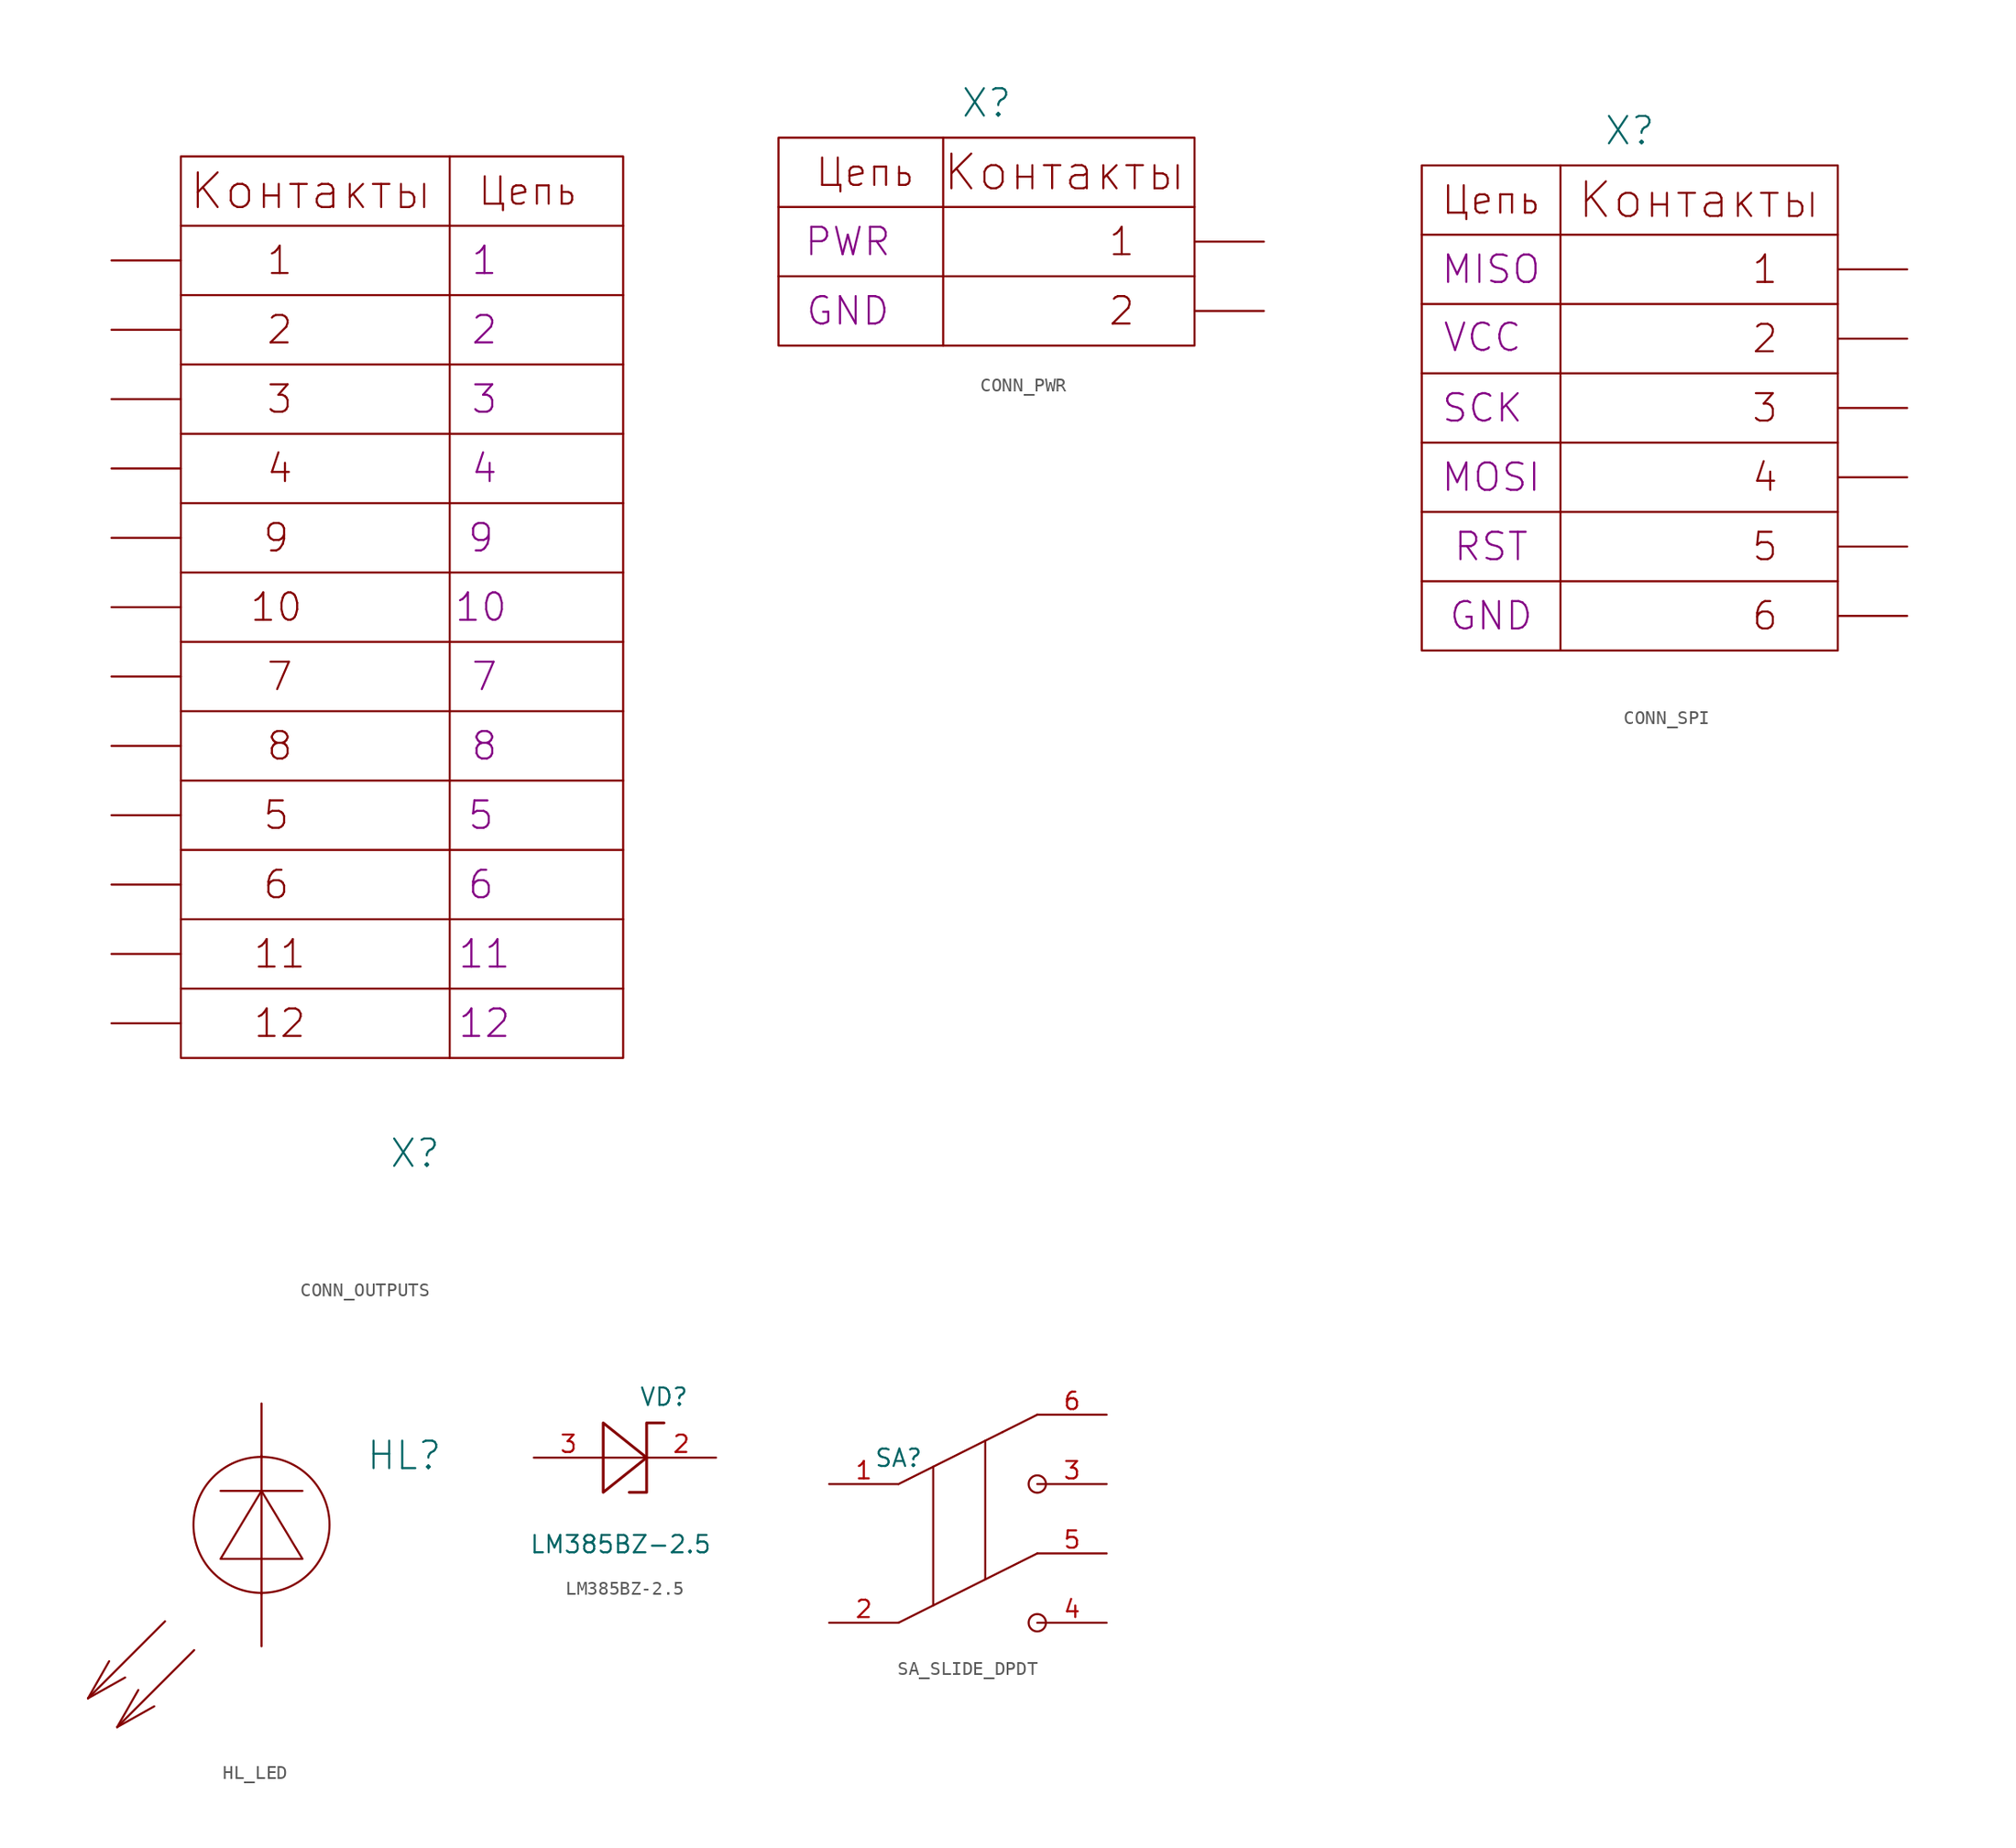
<source format=kicad_sym>
(kicad_symbol_lib
  (version 20231120)
  (generator "kicad_symbol_editor")
  (generator_version "8.0")
  (symbol "CONN_OUTPUTS"
    (pin_numbers hide)
    (pin_names
      (offset 0) hide)
    (property "Reference" "X"
      (at 0 -37.465 0)
      (effects (font (size 2.007 2.007))))
    (property "PIN1" "1"
      (at 5.08 27.94 0)
      (effects (font (size 2.007 2.007))))
    (property "PIN2" "2"
      (at 5.08 22.86 0)
      (effects (font (size 2.007 2.007))))
    (property "PIN3" "3"
      (at 5.08 17.78 0)
      (effects (font (size 2.007 2.007))))
    (property "PIN4" "4"
      (at 5.08 12.7 0)
      (effects (font (size 2.007 2.007))))
    (property "PIN5" "5"
      (at 4.826 -12.7 0)
      (effects (font (size 2.007 2.007))))
    (property "PIN6" "6"
      (at 4.826 -17.78 0)
      (effects (font (size 2.007 2.007))))
    (property "PIN7" "7"
      (at 5.08 -2.54 0)
      (effects (font (size 2.007 2.007))))
    (property "PIN8" "8"
      (at 5.08 -7.62 0)
      (effects (font (size 2.007 2.007))))
    (property "PIN9" "9"
      (at 4.826 7.62 0)
      (effects (font (size 2.007 2.007))))
    (property "PIN10" "10"
      (at 4.826 2.54 0)
      (effects (font (size 2.007 2.007))))
    (property "PIN11" "11"
      (at 5.08 -22.86 0)
      (effects (font (size 2.007 2.007))))
    (property "PIN12" "12"
      (at 5.08 -27.94 0)
      (effects (font (size 2.007 2.007))))
    (symbol "CONN_OUTPUTS_0_0"
      (rectangle (start -17.145 -30.48) (end 15.24 35.56) (stroke (width 0) (type solid)) (fill (type none)))
      (polyline (pts (xy 2.54 35.56) (xy 2.54 -30.48)) (stroke (width 0) (type solid)) (fill (type none)))
      (polyline (pts (xy 15.24 -25.4) (xy -17.145 -25.4)) (stroke (width 0) (type solid)) (fill (type none)))
      (polyline (pts (xy 15.24 -15.24) (xy -17.145 -15.24)) (stroke (width 0) (type solid)) (fill (type none)))
      (polyline (pts (xy 15.24 -10.16) (xy -17.145 -10.16)) (stroke (width 0) (type solid)) (fill (type none)))
      (polyline (pts (xy 15.24 -5.08) (xy -17.145 -5.08)) (stroke (width 0) (type solid)) (fill (type none)))
      (polyline (pts (xy 15.24 0) (xy -17.145 0)) (stroke (width 0) (type solid)) (fill (type none)))
      (polyline (pts (xy 15.24 5.08) (xy -17.145 5.08)) (stroke (width 0) (type solid)) (fill (type none)))
      (polyline (pts (xy 15.24 15.24) (xy -17.145 15.24)) (stroke (width 0) (type solid)) (fill (type none)))
      (polyline (pts (xy 15.24 20.32) (xy -17.145 20.32)) (stroke (width 0) (type solid)) (fill (type none)))
      (polyline (pts (xy 15.24 25.4) (xy -17.145 25.4)) (stroke (width 0) (type solid)) (fill (type none)))
      (polyline (pts (xy 15.24 30.48) (xy -17.145 30.48)) (stroke (width 0) (type solid)) (fill (type none))))
    (symbol "CONN_OUTPUTS_1_0"
      (polyline (pts (xy 15.24 -20.32) (xy -17.145 -20.32)) (stroke (width 0) (type solid)) (fill (type none)))
      (polyline (pts (xy 15.24 10.16) (xy -17.145 10.16)) (stroke (width 0) (type solid)) (fill (type none))))
    (symbol "CONN_OUTPUTS_1_1"
      (text "1" (at -9.906 27.94 0) (effects (font (size 2.007 2.007))))
      (text "10" (at -10.16 2.54 0) (effects (font (size 2.007 2.007))))
      (text "11" (at -9.906 -22.86 0) (effects (font (size 2.007 2.007))))
      (text "12" (at -9.906 -27.94 0) (effects (font (size 2.007 2.007))))
      (text "2" (at -9.906 22.86 0) (effects (font (size 2.007 2.007))))
      (text "3" (at -9.906 17.78 0) (effects (font (size 2.007 2.007))))
      (text "4" (at -9.906 12.7 0) (effects (font (size 2.007 2.007))))
      (text "5" (at -10.16 -12.7 0) (effects (font (size 2.007 2.007))))
      (text "6" (at -10.16 -17.78 0) (effects (font (size 2.007 2.007))))
      (text "7" (at -9.906 -2.54 0) (effects (font (size 2.007 2.007))))
      (text "8" (at -9.906 -7.62 0) (effects (font (size 2.007 2.007))))
      (text "9" (at -10.16 7.62 0) (effects (font (size 2.007 2.007))))
      (text "Контакты" (at -7.62 33.02 0) (effects (font (size 2.54 2.54))))
      (text "Цепь" (at 8.255 33.02 0) (effects (font (size 2.007 2.007))))
      (pin passive line (at -22.225 27.94 0) (length 5.08) (name "1" (effects (font (size 2.007 2.007)))) (number "1" (effects (font (size 2.007 2.007)))))
      (pin passive line (at -22.225 -17.78 0) (length 5.08) (name "10" (effects (font (size 2.007 2.007)))) (number "10" (effects (font (size 2.007 2.007)))))
      (pin passive line (at -22.225 -22.86 0) (length 5.08) (name "11" (effects (font (size 2.007 2.007)))) (number "11" (effects (font (size 2.007 2.007)))))
      (pin passive line (at -22.225 -27.94 0) (length 5.08) (name "12" (effects (font (size 2.007 2.007)))) (number "12" (effects (font (size 2.007 2.007)))))
      (pin passive line (at -22.225 22.86 0) (length 5.08) (name "2" (effects (font (size 2.007 2.007)))) (number "2" (effects (font (size 2.007 2.007)))))
      (pin passive line (at -22.225 17.78 0) (length 5.08) (name "3" (effects (font (size 2.007 2.007)))) (number "3" (effects (font (size 2.007 2.007)))))
      (pin passive line (at -22.225 12.7 0) (length 5.08) (name "4" (effects (font (size 2.007 2.007)))) (number "4" (effects (font (size 2.007 2.007)))))
      (pin passive line (at -22.225 7.62 0) (length 5.08) (name "5" (effects (font (size 2.007 2.007)))) (number "5" (effects (font (size 2.007 2.007)))))
      (pin passive line (at -22.225 2.54 0) (length 5.08) (name "6" (effects (font (size 2.007 2.007)))) (number "6" (effects (font (size 2.007 2.007)))))
      (pin passive line (at -22.225 -2.54 0) (length 5.08) (name "7" (effects (font (size 2.007 2.007)))) (number "7" (effects (font (size 2.007 2.007)))))
      (pin passive line (at -22.225 -7.62 0) (length 5.08) (name "8" (effects (font (size 2.007 2.007)))) (number "8" (effects (font (size 2.007 2.007)))))
      (pin passive line (at -22.225 -12.7 0) (length 5.08) (name "9" (effects (font (size 2.007 2.007)))) (number "9" (effects (font (size 2.007 2.007)))))))
  (symbol "CONN_PWR"
    (pin_numbers hide)
    (pin_names
      (offset 0) hide)
    (property "Reference" "X"
      (at 0 10.16 0)
      (effects (font (size 2.007 2.007))))
    (property "PIN1" "PWR"
      (at -10.16 0 0)
      (effects (font (size 2.007 2.007))))
    (property "PIN2" "GND"
      (at -10.16 -5.08 0)
      (effects (font (size 2.007 2.007))))
    (symbol "CONN_PWR_0_0"
      (polyline (pts (xy -15.24 -2.54) (xy 15.24 -2.54)) (stroke (width 0) (type solid)) (fill (type none)))
      (polyline (pts (xy -15.24 2.54) (xy 15.24 2.54)) (stroke (width 0) (type solid)) (fill (type none)))
      (polyline (pts (xy -3.175 7.62) (xy -3.175 -7.62)) (stroke (width 0) (type solid)) (fill (type none)))
      (rectangle (start 15.24 7.62) (end -15.24 -7.62) (stroke (width 0) (type solid)) (fill (type none))))
    (symbol "CONN_PWR_1_1"
      (text "1" (at 9.906 0 0) (effects (font (size 2.007 2.007))))
      (text "2" (at 9.906 -5.08 0) (effects (font (size 2.007 2.007))))
      (text "Контакты" (at 5.715 5.08 0) (effects (font (size 2.54 2.54))))
      (text "Цепь" (at -8.89 5.08 0) (effects (font (size 2.007 2.007))))
      (pin passive line (at 20.32 0 180) (length 5.08) (name "1" (effects (font (size 2.007 2.007)))) (number "1" (effects (font (size 2.007 2.007)))))
      (pin passive line (at 20.32 -5.08 180) (length 5.08) (name "2" (effects (font (size 2.007 2.007)))) (number "2" (effects (font (size 2.007 2.007)))))))
  (symbol "CONN_SPI"
    (pin_numbers hide)
    (pin_names
      (offset 0) hide)
    (property "Reference" "X"
      (at 0 20.32 0)
      (effects (font (size 2.007 2.007))))
    (property "PIN1" "MISO"
      (at -10.16 10.16 0)
      (effects (font (size 2.007 2.007))))
    (property "PIN2" "VCC"
      (at -10.795 6.35 0)
      (effects (font (size 2.007 2.007)) (justify top)))
    (property "PIN3" "SCK"
      (at -10.795 0 0)
      (effects (font (size 2.007 2.007))))
    (property "PIN4" "MOSI"
      (at -10.16 -5.08 0)
      (effects (font (size 2.007 2.007))))
    (property "PIN5" "RST"
      (at -10.16 -10.16 0)
      (effects (font (size 2.007 2.007))))
    (property "PIN6" "GND"
      (at -10.16 -15.24 0)
      (effects (font (size 2.007 2.007))))
    (symbol "CONN_SPI_0_0"
      (polyline (pts (xy -15.24 -12.7) (xy 15.24 -12.7)) (stroke (width 0) (type solid)) (fill (type none)))
      (polyline (pts (xy -15.24 -7.62) (xy 15.24 -7.62)) (stroke (width 0) (type solid)) (fill (type none)))
      (polyline (pts (xy -15.24 -2.54) (xy 15.24 -2.54)) (stroke (width 0) (type solid)) (fill (type none)))
      (polyline (pts (xy -15.24 2.54) (xy 15.24 2.54)) (stroke (width 0) (type solid)) (fill (type none)))
      (polyline (pts (xy -15.24 7.62) (xy 15.24 7.62)) (stroke (width 0) (type solid)) (fill (type none)))
      (polyline (pts (xy -15.24 12.7) (xy 15.24 12.7)) (stroke (width 0) (type solid)) (fill (type none)))
      (polyline (pts (xy -5.08 17.78) (xy -5.08 -17.78)) (stroke (width 0) (type solid)) (fill (type none)))
      (rectangle (start 15.24 17.78) (end -15.24 -17.78) (stroke (width 0) (type solid)) (fill (type none))))
    (symbol "CONN_SPI_1_1"
      (text "1" (at 9.906 10.16 0) (effects (font (size 2.007 2.007))))
      (text "2" (at 9.906 5.08 0) (effects (font (size 2.007 2.007))))
      (text "3" (at 9.906 0 0) (effects (font (size 2.007 2.007))))
      (text "4" (at 9.906 -5.08 0) (effects (font (size 2.007 2.007))))
      (text "5" (at 9.906 -10.16 0) (effects (font (size 2.007 2.007))))
      (text "6" (at 9.906 -15.24 0) (effects (font (size 2.007 2.007))))
      (text "Контакты" (at 5.08 15.24 0) (effects (font (size 2.54 2.54))))
      (text "Цепь" (at -10.16 15.24 0) (effects (font (size 2.007 2.007))))
      (pin passive line (at 20.32 10.16 180) (length 5.08) (name "1" (effects (font (size 2.007 2.007)))) (number "1" (effects (font (size 2.007 2.007)))))
      (pin passive line (at 20.32 5.08 180) (length 5.08) (name "2" (effects (font (size 2.007 2.007)))) (number "2" (effects (font (size 2.007 2.007)))))
      (pin passive line (at 20.32 0 180) (length 5.08) (name "3" (effects (font (size 2.007 2.007)))) (number "3" (effects (font (size 2.007 2.007)))))
      (pin passive line (at 20.32 -5.08 180) (length 5.08) (name "4" (effects (font (size 2.007 2.007)))) (number "4" (effects (font (size 2.007 2.007)))))
      (pin passive line (at 20.32 -10.16 180) (length 5.08) (name "5" (effects (font (size 2.007 2.007)))) (number "5" (effects (font (size 2.007 2.007)))))
      (pin passive line (at 20.32 -15.24 180) (length 5.08) (name "6" (effects (font (size 2.007 2.007)))) (number "6" (effects (font (size 2.007 2.007)))))))
  (symbol "HL_LED"
    (pin_numbers hide)
    (pin_names
      (offset 0) hide)
    (property "Reference" "HL"
      (at 7.62 5.08 0)
      (effects (font (size 2.007 2.007)) (justify left)))
    (symbol "HL_LED_0_1"
      (polyline (pts (xy -12.7 -12.7) (xy -9.982 -11.176)) (stroke (width 0) (type solid)) (fill (type none)))
      (polyline (pts (xy -12.7 -12.7) (xy -7.061 -7.061)) (stroke (width 0) (type solid)) (fill (type none)))
      (polyline (pts (xy -11.151 -9.982) (xy -12.7 -12.7)) (stroke (width 0) (type solid)) (fill (type none)))
      (polyline (pts (xy -10.566 -14.808) (xy -7.849 -13.284)) (stroke (width 0) (type solid)) (fill (type none)))
      (polyline (pts (xy -10.566 -14.808) (xy -4.928 -9.169)) (stroke (width 0) (type solid)) (fill (type none)))
      (polyline (pts (xy -9.017 -12.09) (xy -10.566 -14.808)) (stroke (width 0) (type solid)) (fill (type none)))
      (polyline (pts (xy -2.997 2.489) (xy 2.997 2.489)) (stroke (width 0) (type solid)) (fill (type none)))
      (polyline (pts (xy 0 5.08) (xy 0 -5.08)) (stroke (width 0) (type solid)) (fill (type none)))
      (polyline (pts (xy 0 2.489) (xy -2.997 -2.489) (xy 2.997 -2.489) (xy 0 2.489)) (stroke (width 0) (type solid)) (fill (type none)))
      (circle (center 0 0) (radius 4.978) (stroke (width 0) (type solid)) (fill (type none))))
    (symbol "HL_LED_1_1"
      (pin passive line (at 0 8.89 270) (length 3.81) (name "K" (effects (font (size 2.007 2.007)))) (number "1" (effects (font (size 2.007 2.007)))))
      (pin passive line (at 0 -8.89 90) (length 3.81) (name "A" (effects (font (size 2.007 2.007)))) (number "2" (effects (font (size 2.007 2.007)))))))
  (symbol "LM385BZ-2.5"
    (pin_names
      (offset 0.025) hide)
    (property "Reference" "VD"
      (at 9.525 4.445 0)
      (effects (font (size 1.27 1.27))))
    (property "Value" "LM385BZ-2.5"
      (at 6.35 -6.35 0)
      (effects (font (size 1.27 1.27))))
    (symbol "LM385BZ-2.5_0_1"
      (polyline (pts (xy 8.255 0) (xy 5.08 0) (xy 8.255 0)) (stroke (width 0) (type default)) (fill (type none)))
      (polyline (pts (xy 5.08 -2.54) (xy 8.255 0) (xy 5.08 2.54) (xy 5.08 -2.54)) (stroke (width 0.203) (type default)) (fill (type none)))
      (polyline (pts (xy 6.985 -2.54) (xy 8.255 -2.54) (xy 8.255 2.54) (xy 9.525 2.54)) (stroke (width 0.203) (type default)) (fill (type none))))
    (symbol "LM385BZ-2.5_1_1"
      (pin passive line (at 13.335 0 180) (length 5.08) (name "K" (effects (font (size 1.27 1.27)))) (number "2" (effects (font (size 1.27 1.27)))))
      (pin passive line (at 0 0 0) (length 5.08) (name "A" (effects (font (size 1.27 1.27)))) (number "3" (effects (font (size 1.27 1.27)))))))
  (symbol "SA_SLIDE_DPDT"
    (property "Reference" "SA"
      (at 5.08 12.065 0)
      (effects (font (size 1.27 1.27))))
    (property "Value" ""
      (at 5.08 2.54 0)
      (effects (font (size 1.27 1.27))))
    (property "ki_locked" ""
      (at 0 0 0)
      (effects (font (size 1.27 1.27))))
    (symbol "SA_SLIDE_DPDT_1_1"
      (polyline (pts (xy 5.08 0) (xy 15.24 5.08)) (stroke (width 0) (type default)) (fill (type none)))
      (polyline (pts (xy 5.08 10.16) (xy 15.24 15.24)) (stroke (width 0) (type default)) (fill (type none)))
      (polyline (pts (xy 7.62 11.43) (xy 7.62 1.27)) (stroke (width 0) (type default)) (fill (type none)))
      (polyline (pts (xy 11.43 13.335) (xy 11.43 3.175)) (stroke (width 0) (type default)) (fill (type none)))
      (polyline (pts (xy 12.7 13.97) (xy 12.7 13.97)) (stroke (width 0) (type default)) (fill (type none)))
      (circle (center 15.24 0) (radius 0.635) (stroke (width 0) (type default)) (fill (type none)))
      (circle (center 15.24 10.16) (radius 0.635) (stroke (width 0) (type default)) (fill (type none)))
      (pin passive line (at 0 10.16 0) (length 5.08) (name "" (effects (font (size 1.27 1.27)))) (number "1" (effects (font (size 1.27 1.27)))))
      (pin passive line (at 0 0 0) (length 5.08) (name "" (effects (font (size 1.27 1.27)))) (number "2" (effects (font (size 1.27 1.27)))))
      (pin passive line (at 20.32 10.16 180) (length 5.08) (name "" (effects (font (size 1.27 1.27)))) (number "3" (effects (font (size 1.27 1.27)))))
      (pin passive line (at 20.32 0 180) (length 5.08) (name "" (effects (font (size 1.27 1.27)))) (number "4" (effects (font (size 1.27 1.27)))))
      (pin passive line (at 20.32 5.08 180) (length 5.08) (name "" (effects (font (size 1.27 1.27)))) (number "5" (effects (font (size 1.27 1.27)))))
      (pin passive line (at 20.32 15.24 180) (length 5.08) (name "" (effects (font (size 1.27 1.27)))) (number "6" (effects (font (size 1.27 1.27))))))))
</source>
